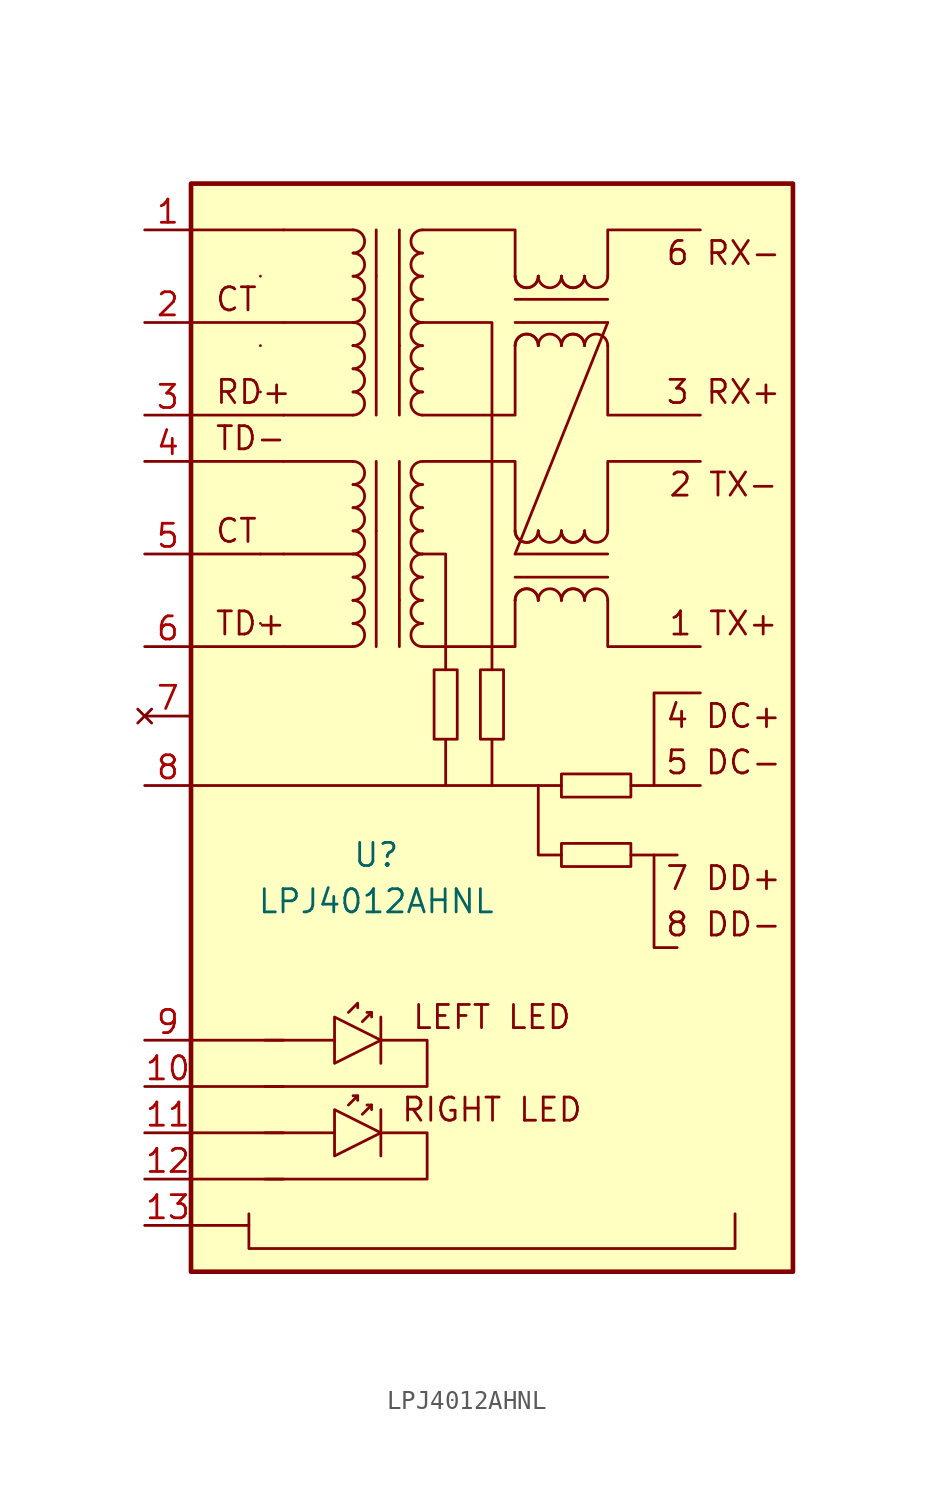
<source format=kicad_sym>
(kicad_symbol_lib
  (version 20211014)
  (generator kicad_symbol_editor)
  (symbol "LPJ4012AHNL"
    (pin_names hide)
    (property "Reference" "U"
      (at -6.35 -6.35 0)
      (effects (font (size 1.27 1.27))))
    (property "Value" "LPJ4012AHNL"
      (at -6.35 -8.89 0)
      (effects (font (size 1.27 1.27))))
    (symbol "LPJ4012AHNL_0_0"
      (rectangle (start -16.51 30.48) (end 16.51 -29.21) (stroke (width 0.254) (type default) (color 0 0 0 0)) (fill (type background)))
      (rectangle (start -3.175 3.81) (end -1.905 0) (stroke (width 0) (type default) (color 0 0 0 0)) (fill (type none)))
      (rectangle (start -0.635 3.81) (end 0.635 0) (stroke (width 0) (type default) (color 0 0 0 0)) (fill (type none)))
      (polyline (pts (xy -16.51 -24.13) (xy -11.43 -24.13)) (stroke (width 0) (type default) (color 0 0 0 0)) (fill (type none)))
      (polyline (pts (xy -16.51 -21.59) (xy -11.43 -21.59)) (stroke (width 0) (type default) (color 0 0 0 0)) (fill (type none)))
      (polyline (pts (xy -16.51 -19.05) (xy -11.43 -19.05)) (stroke (width 0) (type default) (color 0 0 0 0)) (fill (type none)))
      (polyline (pts (xy -16.51 -16.51) (xy -11.43 -16.51)) (stroke (width 0) (type default) (color 0 0 0 0)) (fill (type none)))
      (polyline (pts (xy -16.51 5.08) (xy -11.43 5.08)) (stroke (width 0) (type default) (color 0 0 0 0)) (fill (type none)))
      (polyline (pts (xy -16.51 10.16) (xy -11.43 10.16)) (stroke (width 0) (type default) (color 0 0 0 0)) (fill (type none)))
      (polyline (pts (xy -16.51 15.24) (xy -11.43 15.24)) (stroke (width 0) (type default) (color 0 0 0 0)) (fill (type none)))
      (polyline (pts (xy -16.51 17.78) (xy -11.43 17.78)) (stroke (width 0) (type default) (color 0 0 0 0)) (fill (type none)))
      (polyline (pts (xy -16.51 22.86) (xy -11.43 22.86)) (stroke (width 0) (type default) (color 0 0 0 0)) (fill (type none)))
      (polyline (pts (xy -16.51 27.94) (xy -11.43 27.94)) (stroke (width 0) (type default) (color 0 0 0 0)) (fill (type none)))
      (polyline (pts (xy -12.446 -16.51) (xy -8.636 -16.51)) (stroke (width 0) (type default) (color 0 0 0 0)) (fill (type none)))
      (polyline (pts (xy 0 -2.54) (xy 3.81 -2.54)) (stroke (width 0) (type default) (color 0 0 0 0)) (fill (type none)))
      (polyline (pts (xy 7.62 -6.35) (xy 10.16 -6.35)) (stroke (width 0) (type default) (color 0 0 0 0)) (fill (type none)))
      (polyline (pts (xy 7.62 -2.54) (xy 11.43 -2.54)) (stroke (width 0) (type default) (color 0 0 0 0)) (fill (type none)))
      (polyline (pts (xy -16.51 -2.54) (xy -2.54 -2.54) (xy -2.54 0)) (stroke (width 0) (type default) (color 0 0 0 0)) (fill (type none)))
      (polyline (pts (xy -2.54 -2.54) (xy 0 -2.54) (xy 0 0)) (stroke (width 0) (type default) (color 0 0 0 0)) (fill (type none)))
      (polyline (pts (xy 2.54 -2.54) (xy 2.54 -6.35) (xy 3.81 -6.35)) (stroke (width 0) (type default) (color 0 0 0 0)) (fill (type none)))
      (polyline (pts (xy 8.89 -6.35) (xy 8.89 -11.43) (xy 10.16 -11.43)) (stroke (width 0) (type default) (color 0 0 0 0)) (fill (type none)))
      (polyline (pts (xy 8.89 -2.54) (xy 8.89 2.54) (xy 11.43 2.54)) (stroke (width 0) (type default) (color 0 0 0 0)) (fill (type none)))
      (polyline (pts (xy -6.096 -16.51) (xy -3.556 -16.51) (xy -3.556 -19.05) (xy -12.446 -19.05)) (stroke (width 0) (type default) (color 0 0 0 0)) (fill (type none)))
      (rectangle (start 3.81 -6.985) (end 7.62 -5.715) (stroke (width 0) (type default) (color 0 0 0 0)) (fill (type none)))
      (rectangle (start 3.81 -3.175) (end 7.62 -1.905) (stroke (width 0) (type default) (color 0 0 0 0)) (fill (type none)))
      (text "1 TX+" (at 12.7 6.35 0) (effects (font (size 1.27 1.27))))
      (text "2 TX-" (at 12.7 13.97 0) (effects (font (size 1.27 1.27))))
      (text "3 RX+" (at 12.7 19.05 0) (effects (font (size 1.27 1.27))))
      (text "4 DC+" (at 12.7 1.27 0) (effects (font (size 1.27 1.27))))
      (text "5 DC-" (at 12.7 -1.27 0) (effects (font (size 1.27 1.27))))
      (text "6 RX-" (at 12.7 26.67 0) (effects (font (size 1.27 1.27))))
      (text "7 DD+" (at 12.7 -7.62 0) (effects (font (size 1.27 1.27))))
      (text "8 DD-" (at 12.7 -10.16 0) (effects (font (size 1.27 1.27))))
      (text "CT" (at -15.24 24.13 0) (effects (font (size 1.27 1.27)) (justify left)))
      (text "LEFT LED" (at 0 -15.24 0) (effects (font (size 1.27 1.27)))))
    (symbol "LPJ4012AHNL_0_1"
      (arc (start -16.51 11.43) (mid -16.51 8.89) (end -16.51 11.43) (stroke (width 0) (type default) (color 0 0 0 0)) (fill (type none)))
      (arc (start -7.62 8.89) (mid -6.985 9.525) (end -7.62 10.16) (stroke (width 0) (type default) (color 0 0 0 0)) (fill (type none)))
      (arc (start -7.62 10.16) (mid -6.985 10.795) (end -7.62 11.43) (stroke (width 0) (type default) (color 0 0 0 0)) (fill (type none)))
      (arc (start -7.62 13.97) (mid -6.985 14.605) (end -7.62 15.24) (stroke (width 0) (type default) (color 0 0 0 0)) (fill (type none)))
      (polyline (pts (xy -13.335 -26.67) (xy -16.51 -26.67)) (stroke (width 0) (type default) (color 0 0 0 0)) (fill (type none)))
      (polyline (pts (xy -7.62 5.08) (xy -11.43 5.08)) (stroke (width 0) (type default) (color 0 0 0 0)) (fill (type none)))
      (polyline (pts (xy -7.62 10.16) (xy -11.43 10.16)) (stroke (width 0) (type default) (color 0 0 0 0)) (fill (type none)))
      (polyline (pts (xy -7.62 15.24) (xy -11.43 15.24)) (stroke (width 0) (type default) (color 0 0 0 0)) (fill (type none)))
      (polyline (pts (xy -7.62 17.78) (xy -11.43 17.78)) (stroke (width 0) (type default) (color 0 0 0 0)) (fill (type none)))
      (polyline (pts (xy -7.62 22.86) (xy -11.43 22.86)) (stroke (width 0) (type default) (color 0 0 0 0)) (fill (type none)))
      (polyline (pts (xy -7.62 27.94) (xy -11.43 27.94)) (stroke (width 0) (type default) (color 0 0 0 0)) (fill (type none)))
      (polyline (pts (xy -7.366 -19.558) (xy -7.62 -19.558)) (stroke (width 0) (type default) (color 0 0 0 0)) (fill (type none)))
      (polyline (pts (xy -6.604 -20.066) (xy -6.858 -20.066)) (stroke (width 0) (type default) (color 0 0 0 0)) (fill (type none)))
      (polyline (pts (xy -6.096 -15.24) (xy -6.096 -17.78)) (stroke (width 0) (type default) (color 0 0 0 0)) (fill (type none)))
      (polyline (pts (xy -7.874 -20.066) (xy -7.366 -19.558) (xy -7.366 -19.812)) (stroke (width 0) (type default) (color 0 0 0 0)) (fill (type none)))
      (polyline (pts (xy -7.112 -20.574) (xy -6.604 -20.066) (xy -6.604 -20.32)) (stroke (width 0) (type default) (color 0 0 0 0)) (fill (type none)))
      (polyline (pts (xy -3.81 10.16) (xy -2.54 10.16) (xy -2.54 3.81)) (stroke (width 0) (type default) (color 0 0 0 0)) (fill (type none)))
      (polyline (pts (xy -3.81 22.86) (xy 0 22.86) (xy 0 3.81)) (stroke (width 0) (type default) (color 0 0 0 0)) (fill (type none)))
      (polyline (pts (xy -13.335 -26.035) (xy -13.335 -27.94) (xy 13.335 -27.94) (xy 13.335 -26.035)) (stroke (width 0) (type default) (color 0 0 0 0)) (fill (type none)))
      (polyline (pts (xy -8.636 -15.24) (xy -8.636 -17.78) (xy -6.096 -16.51) (xy -8.636 -15.24)) (stroke (width 0) (type default) (color 0 0 0 0)) (fill (type none))))
    (symbol "LPJ4012AHNL_1_1"
      (arc (start -16.51 7.62) (mid -16.51 5.08) (end -16.51 7.62) (stroke (width 0) (type default) (color 0 0 0 0)) (fill (type none)))
      (arc (start -16.51 20.32) (mid -16.51 17.78) (end -16.51 20.32) (stroke (width 0) (type default) (color 0 0 0 0)) (fill (type none)))
      (arc (start -16.51 21.59) (mid -16.51 19.05) (end -16.51 21.59) (stroke (width 0) (type default) (color 0 0 0 0)) (fill (type none)))
      (arc (start -16.51 26.67) (mid -16.51 24.13) (end -16.51 26.67) (stroke (width 0) (type default) (color 0 0 0 0)) (fill (type none)))
      (arc (start -12.7 6.35) (mid -12.7 8.89) (end -12.7 6.35) (stroke (width 0) (type default) (color 0 0 0 0)) (fill (type none)))
      (arc (start -12.7 10.16) (mid -12.7 12.7) (end -12.7 10.16) (stroke (width 0) (type default) (color 0 0 0 0)) (fill (type none)))
      (arc (start -12.7 19.05) (mid -12.7 21.59) (end -12.7 19.05) (stroke (width 0) (type default) (color 0 0 0 0)) (fill (type none)))
      (arc (start -12.7 21.59) (mid -12.7 24.13) (end -12.7 21.59) (stroke (width 0) (type default) (color 0 0 0 0)) (fill (type none)))
      (arc (start -12.7 25.4) (mid -12.7 27.94) (end -12.7 25.4) (stroke (width 0) (type default) (color 0 0 0 0)) (fill (type none)))
      (arc (start -7.62 5.08) (mid -6.985 5.715) (end -7.62 6.35) (stroke (width 0) (type default) (color 0 0 0 0)) (fill (type none)))
      (arc (start -7.62 6.35) (mid -6.985 6.985) (end -7.62 7.62) (stroke (width 0) (type default) (color 0 0 0 0)) (fill (type none)))
      (arc (start -7.62 7.62) (mid -5.08 7.62) (end -7.62 7.62) (stroke (width 0) (type default) (color 0 0 0 0)) (fill (type none)))
      (arc (start -7.62 7.62) (mid -6.985 8.255) (end -7.62 8.89) (stroke (width 0) (type default) (color 0 0 0 0)) (fill (type none)))
      (arc (start -7.62 11.43) (mid -6.985 12.065) (end -7.62 12.7) (stroke (width 0) (type default) (color 0 0 0 0)) (fill (type none)))
      (arc (start -7.62 12.7) (mid -6.985 13.335) (end -7.62 13.97) (stroke (width 0) (type default) (color 0 0 0 0)) (fill (type none)))
      (arc (start -7.62 17.78) (mid -6.985 18.415) (end -7.62 19.05) (stroke (width 0) (type default) (color 0 0 0 0)) (fill (type none)))
      (arc (start -7.62 19.05) (mid -6.985 19.685) (end -7.62 20.32) (stroke (width 0) (type default) (color 0 0 0 0)) (fill (type none)))
      (arc (start -7.62 20.32) (mid -6.985 20.955) (end -7.62 21.59) (stroke (width 0) (type default) (color 0 0 0 0)) (fill (type none)))
      (arc (start -7.62 21.59) (mid -5.08 21.59) (end -7.62 21.59) (stroke (width 0) (type default) (color 0 0 0 0)) (fill (type none)))
      (arc (start -7.62 21.59) (mid -6.985 22.225) (end -7.62 22.86) (stroke (width 0) (type default) (color 0 0 0 0)) (fill (type none)))
      (arc (start -7.62 22.86) (mid -6.985 23.495) (end -7.62 24.13) (stroke (width 0) (type default) (color 0 0 0 0)) (fill (type none)))
      (arc (start -7.62 24.13) (mid -6.985 24.765) (end -7.62 25.4) (stroke (width 0) (type default) (color 0 0 0 0)) (fill (type none)))
      (arc (start -7.62 25.4) (mid -6.985 26.035) (end -7.62 26.67) (stroke (width 0) (type default) (color 0 0 0 0)) (fill (type none)))
      (arc (start -7.62 26.67) (mid -6.985 27.305) (end -7.62 27.94) (stroke (width 0) (type default) (color 0 0 0 0)) (fill (type none)))
      (arc (start -6.35 11.43) (mid -8.89 11.43) (end -6.35 11.43) (stroke (width 0) (type default) (color 0 0 0 0)) (fill (type none)))
      (arc (start -6.35 25.4) (mid -8.89 25.4) (end -6.35 25.4) (stroke (width 0) (type default) (color 0 0 0 0)) (fill (type none)))
      (arc (start -5.08 7.62) (mid -2.54 7.62) (end -5.08 7.62) (stroke (width 0) (type default) (color 0 0 0 0)) (fill (type none)))
      (arc (start -5.08 21.59) (mid -2.54 21.59) (end -5.08 21.59) (stroke (width 0) (type default) (color 0 0 0 0)) (fill (type none)))
      (arc (start -3.81 6.35) (mid -4.445 5.715) (end -3.81 5.08) (stroke (width 0) (type default) (color 0 0 0 0)) (fill (type none)))
      (arc (start -3.81 7.62) (mid -4.445 6.985) (end -3.81 6.35) (stroke (width 0) (type default) (color 0 0 0 0)) (fill (type none)))
      (arc (start -3.81 8.89) (mid -4.445 8.255) (end -3.81 7.62) (stroke (width 0) (type default) (color 0 0 0 0)) (fill (type none)))
      (arc (start -3.81 10.16) (mid -4.445 9.525) (end -3.81 8.89) (stroke (width 0) (type default) (color 0 0 0 0)) (fill (type none)))
      (arc (start -3.81 11.43) (mid -4.445 10.795) (end -3.81 10.16) (stroke (width 0) (type default) (color 0 0 0 0)) (fill (type none)))
      (arc (start -3.81 11.43) (mid -6.35 11.43) (end -3.81 11.43) (stroke (width 0) (type default) (color 0 0 0 0)) (fill (type none)))
      (arc (start -3.81 12.7) (mid -4.445 12.065) (end -3.81 11.43) (stroke (width 0) (type default) (color 0 0 0 0)) (fill (type none)))
      (arc (start -3.81 13.97) (mid -4.445 13.335) (end -3.81 12.7) (stroke (width 0) (type default) (color 0 0 0 0)) (fill (type none)))
      (arc (start -3.81 15.24) (mid -4.445 14.605) (end -3.81 13.97) (stroke (width 0) (type default) (color 0 0 0 0)) (fill (type none)))
      (arc (start -3.81 19.05) (mid -4.445 18.415) (end -3.81 17.78) (stroke (width 0) (type default) (color 0 0 0 0)) (fill (type none)))
      (arc (start -3.81 20.32) (mid -4.445 19.685) (end -3.81 19.05) (stroke (width 0) (type default) (color 0 0 0 0)) (fill (type none)))
      (arc (start -3.81 21.59) (mid -4.445 20.955) (end -3.81 20.32) (stroke (width 0) (type default) (color 0 0 0 0)) (fill (type none)))
      (arc (start -3.81 22.86) (mid -4.445 22.225) (end -3.81 21.59) (stroke (width 0) (type default) (color 0 0 0 0)) (fill (type none)))
      (arc (start -3.81 24.13) (mid -4.445 23.495) (end -3.81 22.86) (stroke (width 0) (type default) (color 0 0 0 0)) (fill (type none)))
      (arc (start -3.81 25.4) (mid -4.445 24.765) (end -3.81 24.13) (stroke (width 0) (type default) (color 0 0 0 0)) (fill (type none)))
      (arc (start -3.81 25.4) (mid -6.35 25.4) (end -3.81 25.4) (stroke (width 0) (type default) (color 0 0 0 0)) (fill (type none)))
      (arc (start -3.81 26.67) (mid -4.445 26.035) (end -3.81 25.4) (stroke (width 0) (type default) (color 0 0 0 0)) (fill (type none)))
      (arc (start -3.81 27.94) (mid -4.445 27.305) (end -3.81 26.67) (stroke (width 0) (type default) (color 0 0 0 0)) (fill (type none)))
      (polyline (pts (xy -12.446 -21.59) (xy -8.636 -21.59)) (stroke (width 0) (type default) (color 0 0 0 0)) (fill (type none)))
      (polyline (pts (xy -6.604 -14.986) (xy -6.858 -14.986)) (stroke (width 0) (type default) (color 0 0 0 0)) (fill (type none)))
      (polyline (pts (xy -6.35 5.08) (xy -6.35 15.24)) (stroke (width 0) (type default) (color 0 0 0 0)) (fill (type none)))
      (polyline (pts (xy -6.35 27.94) (xy -6.35 17.78)) (stroke (width 0) (type default) (color 0 0 0 0)) (fill (type none)))
      (polyline (pts (xy -6.096 -20.32) (xy -6.096 -22.86)) (stroke (width 0) (type default) (color 0 0 0 0)) (fill (type none)))
      (polyline (pts (xy -5.08 15.24) (xy -5.08 5.08)) (stroke (width 0) (type default) (color 0 0 0 0)) (fill (type none)))
      (polyline (pts (xy -5.08 17.78) (xy -5.08 27.94)) (stroke (width 0) (type default) (color 0 0 0 0)) (fill (type none)))
      (polyline (pts (xy 1.27 8.89) (xy 6.35 8.89)) (stroke (width 0) (type default) (color 0 0 0 0)) (fill (type none)))
      (polyline (pts (xy 1.27 10.16) (xy 6.35 22.86)) (stroke (width 0) (type default) (color 0 0 0 0)) (fill (type none)))
      (polyline (pts (xy 1.27 22.86) (xy 6.35 22.86)) (stroke (width 0) (type default) (color 0 0 0 0)) (fill (type none)))
      (polyline (pts (xy 6.35 10.16) (xy 1.27 10.16)) (stroke (width 0) (type default) (color 0 0 0 0)) (fill (type none)))
      (polyline (pts (xy 6.35 24.13) (xy 1.27 24.13)) (stroke (width 0) (type default) (color 0 0 0 0)) (fill (type none)))
      (polyline (pts (xy -7.874 -14.986) (xy -7.366 -14.478) (xy -7.366 -14.732)) (stroke (width 0) (type default) (color 0 0 0 0)) (fill (type none)))
      (polyline (pts (xy -7.112 -15.494) (xy -6.604 -14.986) (xy -6.604 -15.24)) (stroke (width 0) (type default) (color 0 0 0 0)) (fill (type none)))
      (polyline (pts (xy -3.81 15.24) (xy 1.27 15.24) (xy 1.27 11.43)) (stroke (width 0) (type default) (color 0 0 0 0)) (fill (type none)))
      (polyline (pts (xy -3.81 17.78) (xy 1.27 17.78) (xy 1.27 21.59)) (stroke (width 0) (type default) (color 0 0 0 0)) (fill (type none)))
      (polyline (pts (xy -3.81 27.94) (xy 1.27 27.94) (xy 1.27 25.4)) (stroke (width 0) (type default) (color 0 0 0 0)) (fill (type none)))
      (polyline (pts (xy 1.27 7.62) (xy 1.27 5.08) (xy -3.81 5.08)) (stroke (width 0) (type default) (color 0 0 0 0)) (fill (type none)))
      (polyline (pts (xy 6.35 7.62) (xy 6.35 5.08) (xy 11.43 5.08)) (stroke (width 0) (type default) (color 0 0 0 0)) (fill (type none)))
      (polyline (pts (xy 6.35 11.43) (xy 6.35 15.24) (xy 11.43 15.24)) (stroke (width 0) (type default) (color 0 0 0 0)) (fill (type none)))
      (polyline (pts (xy 6.35 21.59) (xy 6.35 17.78) (xy 11.43 17.78)) (stroke (width 0) (type default) (color 0 0 0 0)) (fill (type none)))
      (polyline (pts (xy 6.35 25.4) (xy 6.35 27.94) (xy 11.43 27.94)) (stroke (width 0) (type default) (color 0 0 0 0)) (fill (type none)))
      (polyline (pts (xy -8.636 -20.32) (xy -8.636 -22.86) (xy -6.096 -21.59) (xy -8.636 -20.32)) (stroke (width 0) (type default) (color 0 0 0 0)) (fill (type none)))
      (polyline (pts (xy -6.096 -21.59) (xy -3.556 -21.59) (xy -3.556 -24.13) (xy -12.446 -24.13)) (stroke (width 0) (type default) (color 0 0 0 0)) (fill (type none)))
      (arc (start 1.27 11.43) (mid 1.905 10.795) (end 2.54 11.43) (stroke (width 0) (type default) (color 0 0 0 0)) (fill (type none)))
      (arc (start 1.27 11.43) (mid 1.905 10.795) (end 2.54 11.43) (stroke (width 0) (type default) (color 0 0 0 0)) (fill (type none)))
      (arc (start 1.27 25.4) (mid 1.905 24.765) (end 2.54 25.4) (stroke (width 0) (type default) (color 0 0 0 0)) (fill (type none)))
      (arc (start 1.27 25.4) (mid 1.905 24.765) (end 2.54 25.4) (stroke (width 0) (type default) (color 0 0 0 0)) (fill (type none)))
      (arc (start 2.54 7.62) (mid 1.905 8.255) (end 1.27 7.62) (stroke (width 0) (type default) (color 0 0 0 0)) (fill (type none)))
      (arc (start 2.54 7.62) (mid 1.905 8.255) (end 1.27 7.62) (stroke (width 0) (type default) (color 0 0 0 0)) (fill (type none)))
      (arc (start 2.54 11.43) (mid 3.175 10.795) (end 3.81 11.43) (stroke (width 0) (type default) (color 0 0 0 0)) (fill (type none)))
      (arc (start 2.54 21.59) (mid 1.905 22.225) (end 1.27 21.59) (stroke (width 0) (type default) (color 0 0 0 0)) (fill (type none)))
      (arc (start 2.54 21.59) (mid 1.905 22.225) (end 1.27 21.59) (stroke (width 0) (type default) (color 0 0 0 0)) (fill (type none)))
      (arc (start 2.54 25.4) (mid 3.175 24.765) (end 3.81 25.4) (stroke (width 0) (type default) (color 0 0 0 0)) (fill (type none)))
      (arc (start 3.81 7.62) (mid 3.175 8.255) (end 2.54 7.62) (stroke (width 0) (type default) (color 0 0 0 0)) (fill (type none)))
      (arc (start 3.81 11.43) (mid 4.445 10.795) (end 5.08 11.43) (stroke (width 0) (type default) (color 0 0 0 0)) (fill (type none)))
      (arc (start 3.81 11.43) (mid 4.445 10.795) (end 5.08 11.43) (stroke (width 0) (type default) (color 0 0 0 0)) (fill (type none)))
      (arc (start 3.81 21.59) (mid 3.175 22.225) (end 2.54 21.59) (stroke (width 0) (type default) (color 0 0 0 0)) (fill (type none)))
      (arc (start 3.81 25.4) (mid 4.445 24.765) (end 5.08 25.4) (stroke (width 0) (type default) (color 0 0 0 0)) (fill (type none)))
      (arc (start 3.81 25.4) (mid 4.445 24.765) (end 5.08 25.4) (stroke (width 0) (type default) (color 0 0 0 0)) (fill (type none)))
      (arc (start 5.08 7.62) (mid 4.445 8.255) (end 3.81 7.62) (stroke (width 0) (type default) (color 0 0 0 0)) (fill (type none)))
      (arc (start 5.08 7.62) (mid 4.445 8.255) (end 3.81 7.62) (stroke (width 0) (type default) (color 0 0 0 0)) (fill (type none)))
      (arc (start 5.08 11.43) (mid 5.715 10.795) (end 6.35 11.43) (stroke (width 0) (type default) (color 0 0 0 0)) (fill (type none)))
      (arc (start 5.08 21.59) (mid 4.445 22.225) (end 3.81 21.59) (stroke (width 0) (type default) (color 0 0 0 0)) (fill (type none)))
      (arc (start 5.08 21.59) (mid 4.445 22.225) (end 3.81 21.59) (stroke (width 0) (type default) (color 0 0 0 0)) (fill (type none)))
      (arc (start 5.08 25.4) (mid 5.715 24.765) (end 6.35 25.4) (stroke (width 0) (type default) (color 0 0 0 0)) (fill (type none)))
      (arc (start 6.35 7.62) (mid 5.715 8.255) (end 5.08 7.62) (stroke (width 0) (type default) (color 0 0 0 0)) (fill (type none)))
      (arc (start 6.35 21.59) (mid 5.715 22.225) (end 5.08 21.59) (stroke (width 0) (type default) (color 0 0 0 0)) (fill (type none)))
      (text "CT" (at -15.24 11.43 0) (effects (font (size 1.27 1.27)) (justify left)))
      (text "RD+" (at -15.24 19.05 0) (effects (font (size 1.27 1.27)) (justify left)))
      (text "RIGHT LED" (at 0 -20.32 0) (effects (font (size 1.27 1.27))))
      (text "TD+" (at -15.24 6.35 0) (effects (font (size 1.27 1.27)) (justify left)))
      (text "TD-" (at -15.24 16.51 0) (effects (font (size 1.27 1.27)) (justify left)))
      (pin passive line (at -19.05 27.94 0) (length 2.54) (name "RD-" (effects (font (size 1.27 1.27)))) (number "1" (effects (font (size 1.27 1.27)))))
      (pin passive line (at -19.05 -19.05 0) (length 2.54) (name "LLED-" (effects (font (size 1.27 1.27)))) (number "10" (effects (font (size 1.27 1.27)))))
      (pin passive line (at -19.05 -21.59 0) (length 2.54) (name "RLED+" (effects (font (size 1.27 1.27)))) (number "11" (effects (font (size 1.27 1.27)))))
      (pin passive line (at -19.05 -24.13 0) (length 2.54) (name "RLED-" (effects (font (size 1.27 1.27)))) (number "12" (effects (font (size 1.27 1.27)))))
      (pin passive line (at -19.05 -26.67 0) (length 2.54) (name "SHIELD" (effects (font (size 1.27 1.27)))) (number "13" (effects (font (size 1.27 1.27)))))
      (pin passive line (at -19.05 22.86 0) (length 2.54) (name "CT" (effects (font (size 1.27 1.27)))) (number "2" (effects (font (size 1.27 1.27)))))
      (pin passive line (at -19.05 17.78 0) (length 2.54) (name "RD+" (effects (font (size 1.27 1.27)))) (number "3" (effects (font (size 1.27 1.27)))))
      (pin passive line (at -19.05 15.24 0) (length 2.54) (name "TD-" (effects (font (size 1.27 1.27)))) (number "4" (effects (font (size 1.27 1.27)))))
      (pin passive line (at -19.05 10.16 0) (length 2.54) (name "CT" (effects (font (size 1.27 1.27)))) (number "5" (effects (font (size 1.27 1.27)))))
      (pin passive line (at -19.05 5.08 0) (length 2.54) (name "TD+" (effects (font (size 1.27 1.27)))) (number "6" (effects (font (size 1.27 1.27)))))
      (pin no_connect line (at -19.05 1.27 0) (length 2.54) (name "" (effects (font (size 1.27 1.27)))) (number "7" (effects (font (size 1.27 1.27)))))
      (pin passive line (at -19.05 -2.54 0) (length 2.54) (name "" (effects (font (size 1.27 1.27)))) (number "8" (effects (font (size 1.27 1.27)))))
      (pin passive line (at -19.05 -16.51 0) (length 2.54) (name "LLED+" (effects (font (size 1.27 1.27)))) (number "9" (effects (font (size 1.27 1.27))))))))
</source>
